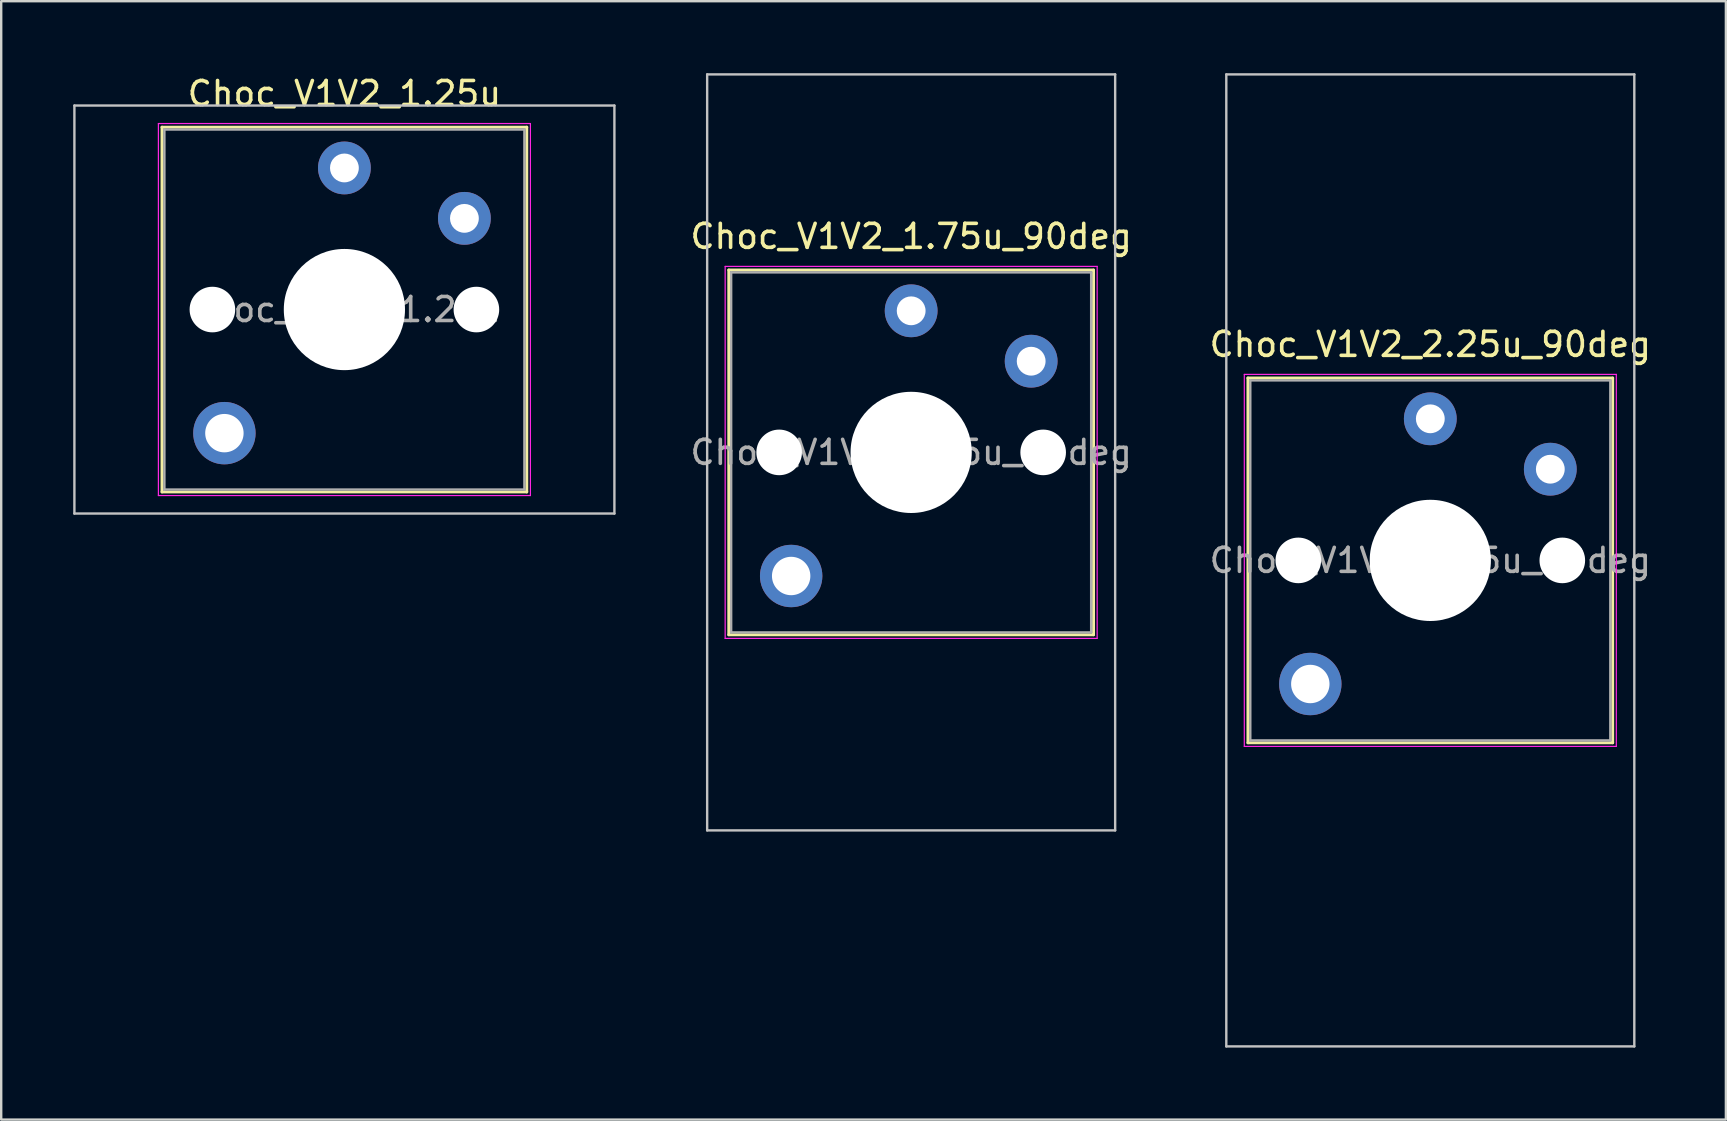
<source format=kicad_pcb>
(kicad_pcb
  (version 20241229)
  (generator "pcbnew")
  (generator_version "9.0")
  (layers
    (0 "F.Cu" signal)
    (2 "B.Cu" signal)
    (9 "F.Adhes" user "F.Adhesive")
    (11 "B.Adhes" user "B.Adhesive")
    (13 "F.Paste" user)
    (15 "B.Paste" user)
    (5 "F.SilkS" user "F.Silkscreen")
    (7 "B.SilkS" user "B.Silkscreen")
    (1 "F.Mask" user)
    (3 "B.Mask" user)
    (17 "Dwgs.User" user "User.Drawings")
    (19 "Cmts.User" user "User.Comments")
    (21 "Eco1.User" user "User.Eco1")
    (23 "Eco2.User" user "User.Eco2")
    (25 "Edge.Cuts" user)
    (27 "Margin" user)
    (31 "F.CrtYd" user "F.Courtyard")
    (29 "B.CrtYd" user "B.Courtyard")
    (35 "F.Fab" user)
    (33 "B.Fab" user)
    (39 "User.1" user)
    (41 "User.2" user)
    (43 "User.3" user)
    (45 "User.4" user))
  (footprint "Choc_V1V2_1.75u_90deg"
    (layer "F.Cu")
    (at 34.915 15.8)
    (property "Reference" "Choc_V1V2_1.75u_90deg" (at 0 -9 0) (layer "F.SilkS") (effects (font (size 1 1) (thickness 0.15))))
    (attr through_hole)
    (fp_line (start -7.6 -7.6) (end -7.6 7.6) (stroke (width 0.12) (type solid)) (layer "F.SilkS"))
    (fp_line (start -7.6 7.6) (end 7.6 7.6) (stroke (width 0.12) (type solid)) (layer "F.SilkS"))
    (fp_line (start 7.6 -7.6) (end -7.6 -7.6) (stroke (width 0.12) (type solid)) (layer "F.SilkS"))
    (fp_line (start 7.6 7.6) (end 7.6 -7.6) (stroke (width 0.12) (type solid)) (layer "F.SilkS"))
    (fp_line (start -8.5 -15.75) (end 8.5 -15.75) (stroke (width 0.1) (type solid)) (layer "Dwgs.User"))
    (fp_line (start -8.5 15.75) (end -8.5 -15.75) (stroke (width 0.1) (type solid)) (layer "Dwgs.User"))
    (fp_line (start 8.5 -15.75) (end 8.5 15.75) (stroke (width 0.1) (type solid)) (layer "Dwgs.User"))
    (fp_line (start 8.5 15.75) (end -8.5 15.75) (stroke (width 0.1) (type solid)) (layer "Dwgs.User"))
    (fp_line (start -7.25 -7.25) (end -7.25 7.25) (stroke (width 0.1) (type solid)) (layer "Eco1.User"))
    (fp_line (start -7.25 7.25) (end 7.25 7.25) (stroke (width 0.1) (type solid)) (layer "Eco1.User"))
    (fp_line (start 7.25 -7.25) (end -7.25 -7.25) (stroke (width 0.1) (type solid)) (layer "Eco1.User"))
    (fp_line (start 7.25 7.25) (end 7.25 -7.25) (stroke (width 0.1) (type solid)) (layer "Eco1.User"))
    (fp_line (start -7.75 -7.75) (end -7.75 7.75) (stroke (width 0.05) (type solid)) (layer "F.CrtYd"))
    (fp_line (start -7.75 7.75) (end 7.75 7.75) (stroke (width 0.05) (type solid)) (layer "F.CrtYd"))
    (fp_line (start 7.75 -7.75) (end -7.75 -7.75) (stroke (width 0.05) (type solid)) (layer "F.CrtYd"))
    (fp_line (start 7.75 7.75) (end 7.75 -7.75) (stroke (width 0.05) (type solid)) (layer "F.CrtYd"))
    (fp_line (start -7.5 -7.5) (end -7.5 7.5) (stroke (width 0.1) (type solid)) (layer "F.Fab"))
    (fp_line (start -7.5 7.5) (end 7.5 7.5) (stroke (width 0.1) (type solid)) (layer "F.Fab"))
    (fp_line (start 7.5 -7.5) (end -7.5 -7.5) (stroke (width 0.1) (type solid)) (layer "F.Fab"))
    (fp_line (start 7.5 7.5) (end 7.5 -7.5) (stroke (width 0.1) (type solid)) (layer "F.Fab"))
    (fp_text user "${REFERENCE}" (at 0 0 0) (layer "F.Fab") (effects (font (size 1 1) (thickness 0.15))))
    (pad "" np_thru_hole circle (at -5.5 0) (size 1.9 1.9) (drill 1.9) (layers "*.Cu" "*.Mask"))
    (pad "" thru_hole circle (at -5 5.15) (size 2.6 2.6) (drill 1.6) (layers "*.Cu" "*.Mask"))
    (pad "" np_thru_hole circle (at 0 0) (size 5.05 5.05) (drill 5.05) (layers "*.Cu" "*.Mask"))
    (pad "" np_thru_hole circle (at 5.5 0) (size 1.9 1.9) (drill 1.9) (layers "*.Cu" "*.Mask"))
    (pad "1" thru_hole circle (at 0 -5.9) (size 2.2 2.2) (drill 1.2) (layers "*.Cu" "*.Mask"))
    (pad "2" thru_hole circle (at 5 -3.8) (size 2.2 2.2) (drill 1.2) (layers "*.Cu" "*.Mask")))
  (footprint "Choc_V1V2_2.25u_90deg"
    (layer "F.Cu")
    (at 56.546 20.3)
    (property "Reference" "Choc_V1V2_2.25u_90deg" (at 0 -9 0) (layer "F.SilkS") (effects (font (size 1 1) (thickness 0.15))))
    (attr through_hole)
    (fp_line (start -7.6 -7.6) (end -7.6 7.6) (stroke (width 0.12) (type solid)) (layer "F.SilkS"))
    (fp_line (start -7.6 7.6) (end 7.6 7.6) (stroke (width 0.12) (type solid)) (layer "F.SilkS"))
    (fp_line (start 7.6 -7.6) (end -7.6 -7.6) (stroke (width 0.12) (type solid)) (layer "F.SilkS"))
    (fp_line (start 7.6 7.6) (end 7.6 -7.6) (stroke (width 0.12) (type solid)) (layer "F.SilkS"))
    (fp_line (start -8.5 -20.25) (end 8.5 -20.25) (stroke (width 0.1) (type solid)) (layer "Dwgs.User"))
    (fp_line (start -8.5 20.25) (end -8.5 -20.25) (stroke (width 0.1) (type solid)) (layer "Dwgs.User"))
    (fp_line (start 8.5 -20.25) (end 8.5 20.25) (stroke (width 0.1) (type solid)) (layer "Dwgs.User"))
    (fp_line (start 8.5 20.25) (end -8.5 20.25) (stroke (width 0.1) (type solid)) (layer "Dwgs.User"))
    (fp_line (start -7.25 -7.25) (end -7.25 7.25) (stroke (width 0.1) (type solid)) (layer "Eco1.User"))
    (fp_line (start -7.25 7.25) (end 7.25 7.25) (stroke (width 0.1) (type solid)) (layer "Eco1.User"))
    (fp_line (start 7.25 -7.25) (end -7.25 -7.25) (stroke (width 0.1) (type solid)) (layer "Eco1.User"))
    (fp_line (start 7.25 7.25) (end 7.25 -7.25) (stroke (width 0.1) (type solid)) (layer "Eco1.User"))
    (fp_line (start -7.75 -7.75) (end -7.75 7.75) (stroke (width 0.05) (type solid)) (layer "F.CrtYd"))
    (fp_line (start -7.75 7.75) (end 7.75 7.75) (stroke (width 0.05) (type solid)) (layer "F.CrtYd"))
    (fp_line (start 7.75 -7.75) (end -7.75 -7.75) (stroke (width 0.05) (type solid)) (layer "F.CrtYd"))
    (fp_line (start 7.75 7.75) (end 7.75 -7.75) (stroke (width 0.05) (type solid)) (layer "F.CrtYd"))
    (fp_line (start -7.5 -7.5) (end -7.5 7.5) (stroke (width 0.1) (type solid)) (layer "F.Fab"))
    (fp_line (start -7.5 7.5) (end 7.5 7.5) (stroke (width 0.1) (type solid)) (layer "F.Fab"))
    (fp_line (start 7.5 -7.5) (end -7.5 -7.5) (stroke (width 0.1) (type solid)) (layer "F.Fab"))
    (fp_line (start 7.5 7.5) (end 7.5 -7.5) (stroke (width 0.1) (type solid)) (layer "F.Fab"))
    (fp_text user "${REFERENCE}" (at 0 0 0) (layer "F.Fab") (effects (font (size 1 1) (thickness 0.15))))
    (pad "" np_thru_hole circle (at -5.5 0) (size 1.9 1.9) (drill 1.9) (layers "*.Cu" "*.Mask"))
    (pad "" thru_hole circle (at -5 5.15) (size 2.6 2.6) (drill 1.6) (layers "*.Cu" "*.Mask"))
    (pad "" np_thru_hole circle (at 0 0) (size 5.05 5.05) (drill 5.05) (layers "*.Cu" "*.Mask"))
    (pad "" np_thru_hole circle (at 5.5 0) (size 1.9 1.9) (drill 1.9) (layers "*.Cu" "*.Mask"))
    (pad "1" thru_hole circle (at 0 -5.9) (size 2.2 2.2) (drill 1.2) (layers "*.Cu" "*.Mask"))
    (pad "2" thru_hole circle (at 5 -3.8) (size 2.2 2.2) (drill 1.2) (layers "*.Cu" "*.Mask")))
  (footprint "Choc_V1V2_1.25u"
    (layer "F.Cu")
    (at 11.3 9.848)
    (property "Reference" "Choc_V1V2_1.25u" (at 0 -9 0) (layer "F.SilkS") (effects (font (size 1 1) (thickness 0.15))))
    (attr through_hole)
    (fp_line (start -7.6 -7.6) (end -7.6 7.6) (stroke (width 0.12) (type solid)) (layer "F.SilkS"))
    (fp_line (start -7.6 7.6) (end 7.6 7.6) (stroke (width 0.12) (type solid)) (layer "F.SilkS"))
    (fp_line (start 7.6 -7.6) (end -7.6 -7.6) (stroke (width 0.12) (type solid)) (layer "F.SilkS"))
    (fp_line (start 7.6 7.6) (end 7.6 -7.6) (stroke (width 0.12) (type solid)) (layer "F.SilkS"))
    (fp_line (start -11.25 -8.5) (end -11.25 8.5) (stroke (width 0.1) (type solid)) (layer "Dwgs.User"))
    (fp_line (start -11.25 8.5) (end 11.25 8.5) (stroke (width 0.1) (type solid)) (layer "Dwgs.User"))
    (fp_line (start 11.25 -8.5) (end -11.25 -8.5) (stroke (width 0.1) (type solid)) (layer "Dwgs.User"))
    (fp_line (start 11.25 8.5) (end 11.25 -8.5) (stroke (width 0.1) (type solid)) (layer "Dwgs.User"))
    (fp_line (start -7.25 -7.25) (end -7.25 7.25) (stroke (width 0.1) (type solid)) (layer "Eco1.User"))
    (fp_line (start -7.25 7.25) (end 7.25 7.25) (stroke (width 0.1) (type solid)) (layer "Eco1.User"))
    (fp_line (start 7.25 -7.25) (end -7.25 -7.25) (stroke (width 0.1) (type solid)) (layer "Eco1.User"))
    (fp_line (start 7.25 7.25) (end 7.25 -7.25) (stroke (width 0.1) (type solid)) (layer "Eco1.User"))
    (fp_line (start -7.75 -7.75) (end -7.75 7.75) (stroke (width 0.05) (type solid)) (layer "F.CrtYd"))
    (fp_line (start -7.75 7.75) (end 7.75 7.75) (stroke (width 0.05) (type solid)) (layer "F.CrtYd"))
    (fp_line (start 7.75 -7.75) (end -7.75 -7.75) (stroke (width 0.05) (type solid)) (layer "F.CrtYd"))
    (fp_line (start 7.75 7.75) (end 7.75 -7.75) (stroke (width 0.05) (type solid)) (layer "F.CrtYd"))
    (fp_line (start -7.5 -7.5) (end -7.5 7.5) (stroke (width 0.1) (type solid)) (layer "F.Fab"))
    (fp_line (start -7.5 7.5) (end 7.5 7.5) (stroke (width 0.1) (type solid)) (layer "F.Fab"))
    (fp_line (start 7.5 -7.5) (end -7.5 -7.5) (stroke (width 0.1) (type solid)) (layer "F.Fab"))
    (fp_line (start 7.5 7.5) (end 7.5 -7.5) (stroke (width 0.1) (type solid)) (layer "F.Fab"))
    (fp_text user "${REFERENCE}" (at 0 0 0) (layer "F.Fab") (effects (font (size 1 1) (thickness 0.15))))
    (pad "" np_thru_hole circle (at -5.5 0) (size 1.9 1.9) (drill 1.9) (layers "*.Cu" "*.Mask"))
    (pad "" thru_hole circle (at -5 5.15) (size 2.6 2.6) (drill 1.6) (layers "*.Cu" "*.Mask"))
    (pad "" np_thru_hole circle (at 0 0) (size 5.05 5.05) (drill 5.05) (layers "*.Cu" "*.Mask"))
    (pad "" np_thru_hole circle (at 5.5 0) (size 1.9 1.9) (drill 1.9) (layers "*.Cu" "*.Mask"))
    (pad "1" thru_hole circle (at 0 -5.9) (size 2.2 2.2) (drill 1.2) (layers "*.Cu" "*.Mask"))
    (pad "2" thru_hole circle (at 5 -3.8) (size 2.2 2.2) (drill 1.2) (layers "*.Cu" "*.Mask")))
  (gr_rect
    (start -3 -3)
    (end 68.862 43.6)
    (stroke (width 0.1) (type default))
    (fill no)
    (layer "Edge.Cuts")))
</source>
